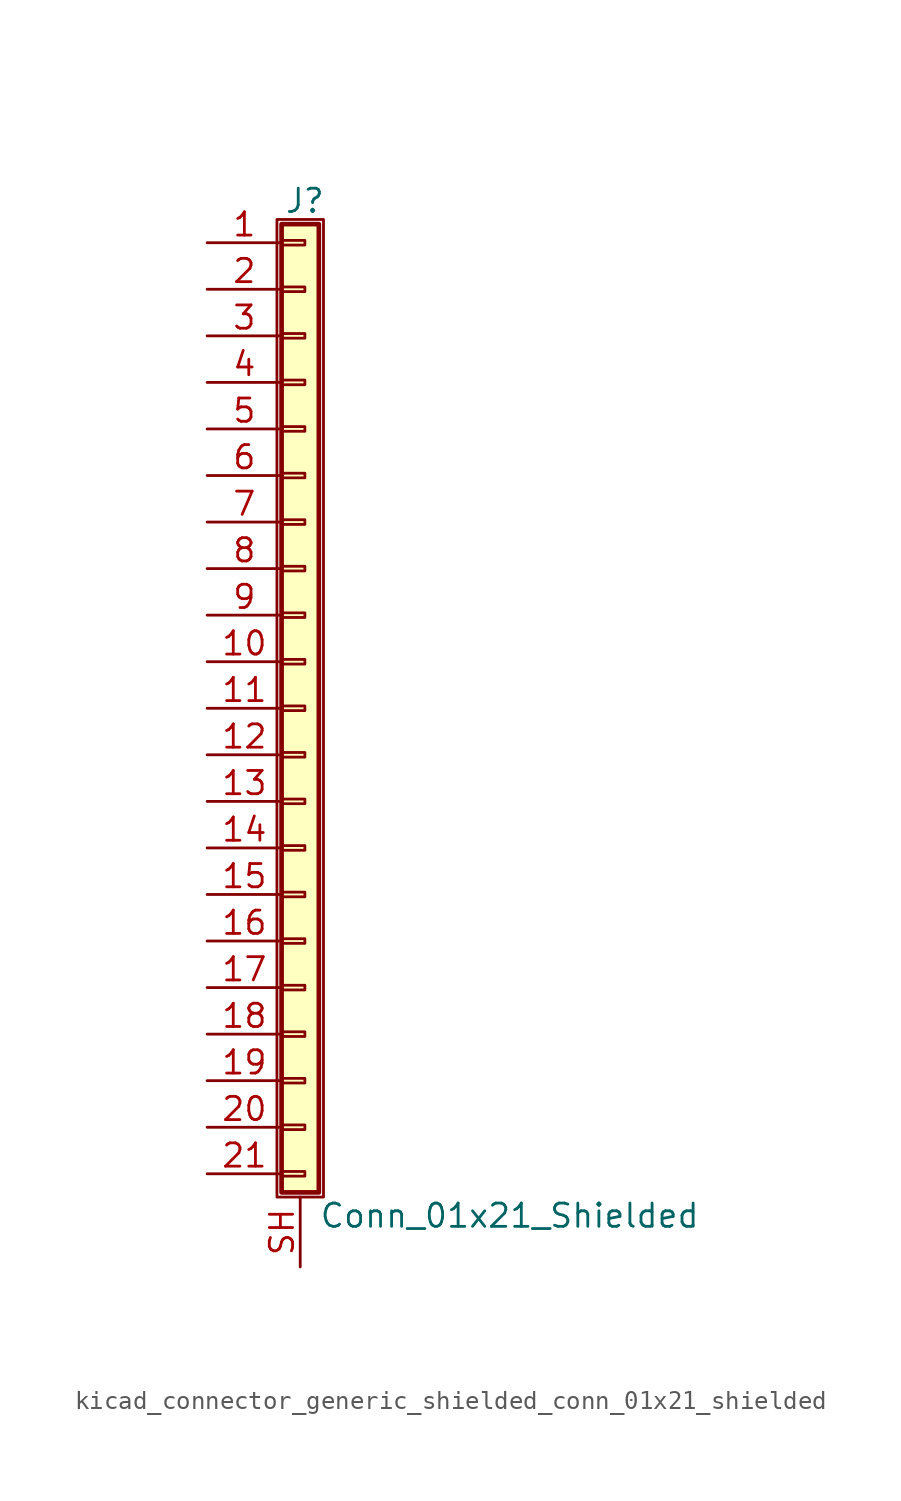
<source format=kicad_sym>
(kicad_symbol_lib
  (version 20220914)
  (generator kicad_symbol_editor)
  (symbol "kicad_connector_generic_shielded_conn_01x21_shielded"
    (pin_names
      (offset 1.016) hide)
    (property "Reference" "J"
      (at 0.254 27.686 0)
      (effects (font (size 1.27 1.27))))
    (property "Value" "Conn_01x21_Shielded"
      (at 1.016 -27.686 0)
      (effects (font (size 1.27 1.27)) (justify left)))
    (symbol "kicad_connector_generic_shielded_conn_01x21_shielded_1_1"
      (rectangle (start -1.27 26.67) (end 1.27 -26.67) (stroke (width 0.152) (type default)) (fill (type none)))
      (rectangle (start -1.016 -25.273) (end 0.254 -25.527) (stroke (width 0.152) (type default)) (fill (type none)))
      (rectangle (start -1.016 -22.733) (end 0.254 -22.987) (stroke (width 0.152) (type default)) (fill (type none)))
      (rectangle (start -1.016 -20.193) (end 0.254 -20.447) (stroke (width 0.152) (type default)) (fill (type none)))
      (rectangle (start -1.016 -17.653) (end 0.254 -17.907) (stroke (width 0.152) (type default)) (fill (type none)))
      (rectangle (start -1.016 -15.113) (end 0.254 -15.367) (stroke (width 0.152) (type default)) (fill (type none)))
      (rectangle (start -1.016 -12.573) (end 0.254 -12.827) (stroke (width 0.152) (type default)) (fill (type none)))
      (rectangle (start -1.016 -10.033) (end 0.254 -10.287) (stroke (width 0.152) (type default)) (fill (type none)))
      (rectangle (start -1.016 -7.493) (end 0.254 -7.747) (stroke (width 0.152) (type default)) (fill (type none)))
      (rectangle (start -1.016 -4.953) (end 0.254 -5.207) (stroke (width 0.152) (type default)) (fill (type none)))
      (rectangle (start -1.016 -2.413) (end 0.254 -2.667) (stroke (width 0.152) (type default)) (fill (type none)))
      (rectangle (start -1.016 0.127) (end 0.254 -0.127) (stroke (width 0.152) (type default)) (fill (type none)))
      (rectangle (start -1.016 2.667) (end 0.254 2.413) (stroke (width 0.152) (type default)) (fill (type none)))
      (rectangle (start -1.016 5.207) (end 0.254 4.953) (stroke (width 0.152) (type default)) (fill (type none)))
      (rectangle (start -1.016 7.747) (end 0.254 7.493) (stroke (width 0.152) (type default)) (fill (type none)))
      (rectangle (start -1.016 10.287) (end 0.254 10.033) (stroke (width 0.152) (type default)) (fill (type none)))
      (rectangle (start -1.016 12.827) (end 0.254 12.573) (stroke (width 0.152) (type default)) (fill (type none)))
      (rectangle (start -1.016 15.367) (end 0.254 15.113) (stroke (width 0.152) (type default)) (fill (type none)))
      (rectangle (start -1.016 17.907) (end 0.254 17.653) (stroke (width 0.152) (type default)) (fill (type none)))
      (rectangle (start -1.016 20.447) (end 0.254 20.193) (stroke (width 0.152) (type default)) (fill (type none)))
      (rectangle (start -1.016 22.987) (end 0.254 22.733) (stroke (width 0.152) (type default)) (fill (type none)))
      (rectangle (start -1.016 25.527) (end 0.254 25.273) (stroke (width 0.152) (type default)) (fill (type none)))
      (rectangle (start -1.016 26.416) (end 1.016 -26.416) (stroke (width 0.254) (type default)) (fill (type background)))
      (pin passive line (at -5.08 25.4 0) (length 4.064) (name "Pin_1" (effects (font (size 1.27 1.27)))) (number "1" (effects (font (size 1.27 1.27)))))
      (pin passive line (at -5.08 2.54 0) (length 4.064) (name "Pin_10" (effects (font (size 1.27 1.27)))) (number "10" (effects (font (size 1.27 1.27)))))
      (pin passive line (at -5.08 0 0) (length 4.064) (name "Pin_11" (effects (font (size 1.27 1.27)))) (number "11" (effects (font (size 1.27 1.27)))))
      (pin passive line (at -5.08 -2.54 0) (length 4.064) (name "Pin_12" (effects (font (size 1.27 1.27)))) (number "12" (effects (font (size 1.27 1.27)))))
      (pin passive line (at -5.08 -5.08 0) (length 4.064) (name "Pin_13" (effects (font (size 1.27 1.27)))) (number "13" (effects (font (size 1.27 1.27)))))
      (pin passive line (at -5.08 -7.62 0) (length 4.064) (name "Pin_14" (effects (font (size 1.27 1.27)))) (number "14" (effects (font (size 1.27 1.27)))))
      (pin passive line (at -5.08 -10.16 0) (length 4.064) (name "Pin_15" (effects (font (size 1.27 1.27)))) (number "15" (effects (font (size 1.27 1.27)))))
      (pin passive line (at -5.08 -12.7 0) (length 4.064) (name "Pin_16" (effects (font (size 1.27 1.27)))) (number "16" (effects (font (size 1.27 1.27)))))
      (pin passive line (at -5.08 -15.24 0) (length 4.064) (name "Pin_17" (effects (font (size 1.27 1.27)))) (number "17" (effects (font (size 1.27 1.27)))))
      (pin passive line (at -5.08 -17.78 0) (length 4.064) (name "Pin_18" (effects (font (size 1.27 1.27)))) (number "18" (effects (font (size 1.27 1.27)))))
      (pin passive line (at -5.08 -20.32 0) (length 4.064) (name "Pin_19" (effects (font (size 1.27 1.27)))) (number "19" (effects (font (size 1.27 1.27)))))
      (pin passive line (at -5.08 22.86 0) (length 4.064) (name "Pin_2" (effects (font (size 1.27 1.27)))) (number "2" (effects (font (size 1.27 1.27)))))
      (pin passive line (at -5.08 -22.86 0) (length 4.064) (name "Pin_20" (effects (font (size 1.27 1.27)))) (number "20" (effects (font (size 1.27 1.27)))))
      (pin passive line (at -5.08 -25.4 0) (length 4.064) (name "Pin_21" (effects (font (size 1.27 1.27)))) (number "21" (effects (font (size 1.27 1.27)))))
      (pin passive line (at -5.08 20.32 0) (length 4.064) (name "Pin_3" (effects (font (size 1.27 1.27)))) (number "3" (effects (font (size 1.27 1.27)))))
      (pin passive line (at -5.08 17.78 0) (length 4.064) (name "Pin_4" (effects (font (size 1.27 1.27)))) (number "4" (effects (font (size 1.27 1.27)))))
      (pin passive line (at -5.08 15.24 0) (length 4.064) (name "Pin_5" (effects (font (size 1.27 1.27)))) (number "5" (effects (font (size 1.27 1.27)))))
      (pin passive line (at -5.08 12.7 0) (length 4.064) (name "Pin_6" (effects (font (size 1.27 1.27)))) (number "6" (effects (font (size 1.27 1.27)))))
      (pin passive line (at -5.08 10.16 0) (length 4.064) (name "Pin_7" (effects (font (size 1.27 1.27)))) (number "7" (effects (font (size 1.27 1.27)))))
      (pin passive line (at -5.08 7.62 0) (length 4.064) (name "Pin_8" (effects (font (size 1.27 1.27)))) (number "8" (effects (font (size 1.27 1.27)))))
      (pin passive line (at -5.08 5.08 0) (length 4.064) (name "Pin_9" (effects (font (size 1.27 1.27)))) (number "9" (effects (font (size 1.27 1.27)))))
      (pin passive line (at 0 -30.48 90) (length 3.81) (name "Shield" (effects (font (size 1.27 1.27)))) (number "SH" (effects (font (size 1.27 1.27))))))))
</source>
